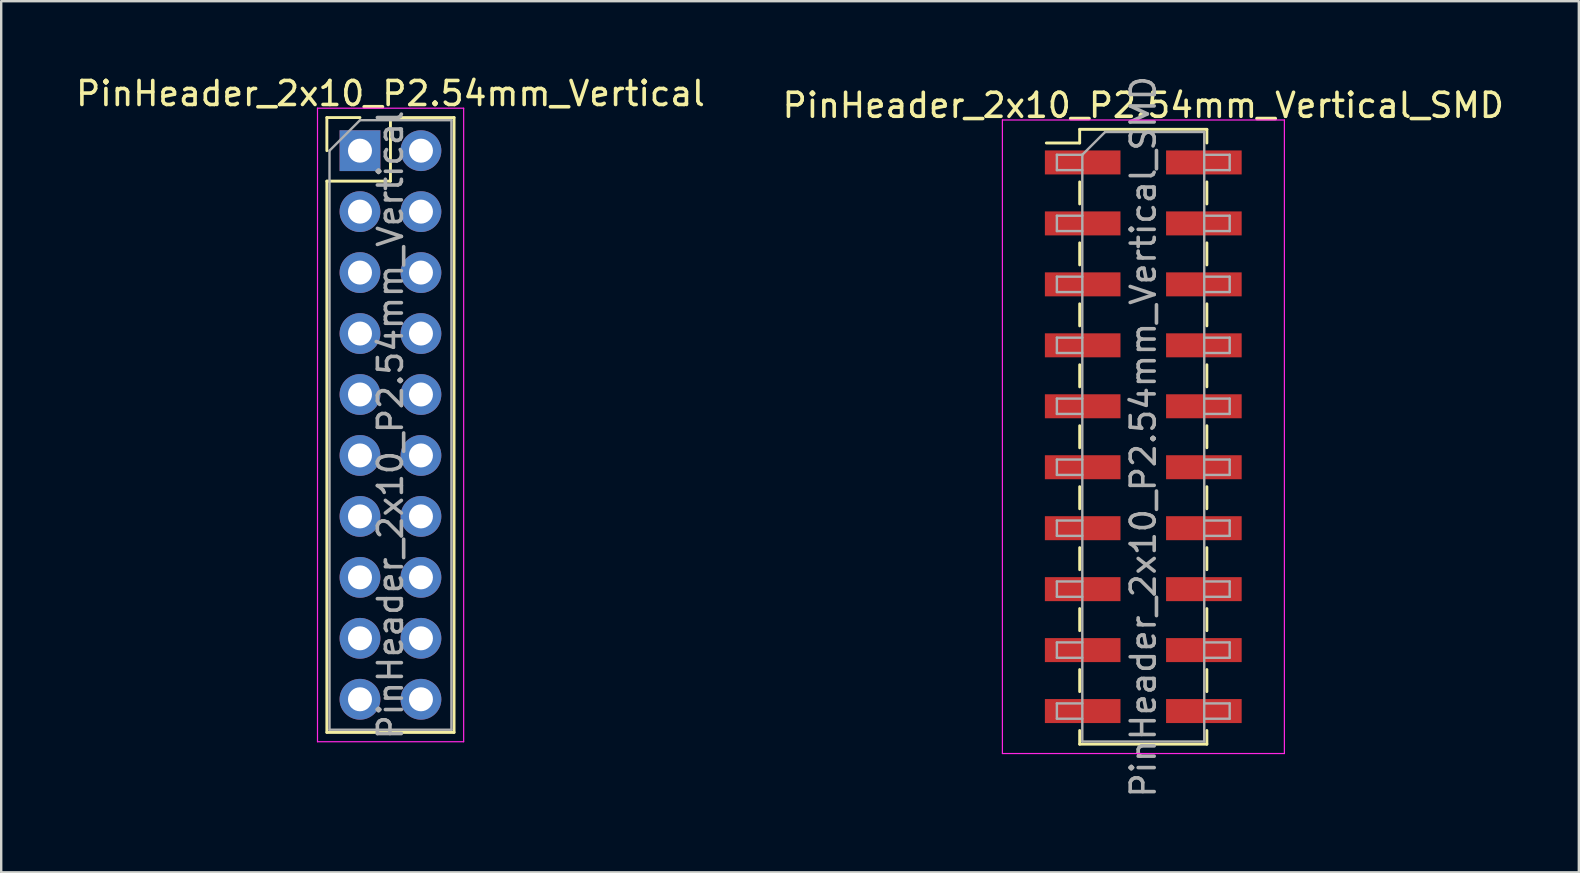
<source format=kicad_pcb>
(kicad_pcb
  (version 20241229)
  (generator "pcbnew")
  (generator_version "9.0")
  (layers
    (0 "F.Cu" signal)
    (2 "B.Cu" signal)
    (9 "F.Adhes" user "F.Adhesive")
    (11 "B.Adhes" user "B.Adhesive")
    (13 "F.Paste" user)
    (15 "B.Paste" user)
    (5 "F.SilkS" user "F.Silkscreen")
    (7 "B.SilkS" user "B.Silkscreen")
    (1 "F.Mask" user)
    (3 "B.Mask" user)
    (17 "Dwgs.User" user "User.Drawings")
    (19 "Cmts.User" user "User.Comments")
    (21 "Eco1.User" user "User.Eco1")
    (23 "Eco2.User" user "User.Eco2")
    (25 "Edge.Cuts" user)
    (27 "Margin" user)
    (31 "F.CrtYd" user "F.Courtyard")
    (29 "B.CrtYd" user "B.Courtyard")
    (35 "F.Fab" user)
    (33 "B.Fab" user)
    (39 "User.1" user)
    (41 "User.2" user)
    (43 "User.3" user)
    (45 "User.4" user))
  (footprint "PinHeader_2x10_P2.54mm_Vertical"
    (layer "F.Cu")
    (at 11.95 3.228)
    (property "Reference" "PinHeader_2x10_P2.54mm_Vertical" (at 1.27 -2.38 0) (layer "F.SilkS") (effects (font (size 1 1) (thickness 0.15))))
    (attr through_hole)
    (fp_line (start -1.38 -1.38) (end 0 -1.38) (stroke (width 0.12) (type solid)) (layer "F.SilkS"))
    (fp_line (start -1.38 0) (end -1.38 -1.38) (stroke (width 0.12) (type solid)) (layer "F.SilkS"))
    (fp_line (start -1.38 1.27) (end -1.38 24.24) (stroke (width 0.12) (type solid)) (layer "F.SilkS"))
    (fp_line (start -1.38 1.27) (end 1.27 1.27) (stroke (width 0.12) (type solid)) (layer "F.SilkS"))
    (fp_line (start -1.38 24.24) (end 3.92 24.24) (stroke (width 0.12) (type solid)) (layer "F.SilkS"))
    (fp_line (start 1.27 -1.38) (end 3.92 -1.38) (stroke (width 0.12) (type solid)) (layer "F.SilkS"))
    (fp_line (start 1.27 1.27) (end 1.27 -1.38) (stroke (width 0.12) (type solid)) (layer "F.SilkS"))
    (fp_line (start 3.92 -1.38) (end 3.92 24.24) (stroke (width 0.12) (type solid)) (layer "F.SilkS"))
    (fp_line (start -1.77 -1.77) (end -1.77 24.63) (stroke (width 0.05) (type solid)) (layer "F.CrtYd"))
    (fp_line (start -1.77 24.63) (end 4.32 24.63) (stroke (width 0.05) (type solid)) (layer "F.CrtYd"))
    (fp_line (start 4.32 -1.77) (end -1.77 -1.77) (stroke (width 0.05) (type solid)) (layer "F.CrtYd"))
    (fp_line (start 4.32 24.63) (end 4.32 -1.77) (stroke (width 0.05) (type solid)) (layer "F.CrtYd"))
    (fp_line (start -1.27 0) (end 0 -1.27) (stroke (width 0.1) (type solid)) (layer "F.Fab"))
    (fp_line (start -1.27 24.13) (end -1.27 0) (stroke (width 0.1) (type solid)) (layer "F.Fab"))
    (fp_line (start 0 -1.27) (end 3.81 -1.27) (stroke (width 0.1) (type solid)) (layer "F.Fab"))
    (fp_line (start 3.81 -1.27) (end 3.81 24.13) (stroke (width 0.1) (type solid)) (layer "F.Fab"))
    (fp_line (start 3.81 24.13) (end -1.27 24.13) (stroke (width 0.1) (type solid)) (layer "F.Fab"))
    (fp_text user "${REFERENCE}" (at 1.27 11.43 90) (layer "F.Fab") (effects (font (size 1 1) (thickness 0.15))))
    (pad "1" thru_hole rect (at 0 0) (size 1.7 1.7) (drill 1) (layers "*.Cu" "*.Mask"))
    (pad "2" thru_hole circle (at 2.54 0) (size 1.7 1.7) (drill 1) (layers "*.Cu" "*.Mask"))
    (pad "3" thru_hole circle (at 0 2.54) (size 1.7 1.7) (drill 1) (layers "*.Cu" "*.Mask"))
    (pad "4" thru_hole circle (at 2.54 2.54) (size 1.7 1.7) (drill 1) (layers "*.Cu" "*.Mask"))
    (pad "5" thru_hole circle (at 0 5.08) (size 1.7 1.7) (drill 1) (layers "*.Cu" "*.Mask"))
    (pad "6" thru_hole circle (at 2.54 5.08) (size 1.7 1.7) (drill 1) (layers "*.Cu" "*.Mask"))
    (pad "7" thru_hole circle (at 0 7.62) (size 1.7 1.7) (drill 1) (layers "*.Cu" "*.Mask"))
    (pad "8" thru_hole circle (at 2.54 7.62) (size 1.7 1.7) (drill 1) (layers "*.Cu" "*.Mask"))
    (pad "9" thru_hole circle (at 0 10.16) (size 1.7 1.7) (drill 1) (layers "*.Cu" "*.Mask"))
    (pad "10" thru_hole circle (at 2.54 10.16) (size 1.7 1.7) (drill 1) (layers "*.Cu" "*.Mask"))
    (pad "11" thru_hole circle (at 0 12.7) (size 1.7 1.7) (drill 1) (layers "*.Cu" "*.Mask"))
    (pad "12" thru_hole circle (at 2.54 12.7) (size 1.7 1.7) (drill 1) (layers "*.Cu" "*.Mask"))
    (pad "13" thru_hole circle (at 0 15.24) (size 1.7 1.7) (drill 1) (layers "*.Cu" "*.Mask"))
    (pad "14" thru_hole circle (at 2.54 15.24) (size 1.7 1.7) (drill 1) (layers "*.Cu" "*.Mask"))
    (pad "15" thru_hole circle (at 0 17.78) (size 1.7 1.7) (drill 1) (layers "*.Cu" "*.Mask"))
    (pad "16" thru_hole circle (at 2.54 17.78) (size 1.7 1.7) (drill 1) (layers "*.Cu" "*.Mask"))
    (pad "17" thru_hole circle (at 0 20.32) (size 1.7 1.7) (drill 1) (layers "*.Cu" "*.Mask"))
    (pad "18" thru_hole circle (at 2.54 20.32) (size 1.7 1.7) (drill 1) (layers "*.Cu" "*.Mask"))
    (pad "19" thru_hole circle (at 0 22.86) (size 1.7 1.7) (drill 1) (layers "*.Cu" "*.Mask"))
    (pad "20" thru_hole circle (at 2.54 22.86) (size 1.7 1.7) (drill 1) (layers "*.Cu" "*.Mask")))
  (footprint "PinHeader_2x10_P2.54mm_Vertical_SMD"
    (layer "F.Cu")
    (at 44.589 15.149)
    (property "Reference" "PinHeader_2x10_P2.54mm_Vertical_SMD" (at 0 -13.81 0) (layer "F.SilkS") (effects (font (size 1 1) (thickness 0.15))))
    (attr smd)
    (fp_line (start -4.04 -12.24) (end -2.65 -12.24) (stroke (width 0.12) (type solid)) (layer "F.SilkS"))
    (fp_line (start -2.65 -12.81) (end -2.65 -12.24) (stroke (width 0.12) (type solid)) (layer "F.SilkS"))
    (fp_line (start -2.65 -12.81) (end 2.65 -12.81) (stroke (width 0.12) (type solid)) (layer "F.SilkS"))
    (fp_line (start -2.65 -10.62) (end -2.65 -9.7) (stroke (width 0.12) (type solid)) (layer "F.SilkS"))
    (fp_line (start -2.65 -8.08) (end -2.65 -7.16) (stroke (width 0.12) (type solid)) (layer "F.SilkS"))
    (fp_line (start -2.65 -5.54) (end -2.65 -4.62) (stroke (width 0.12) (type solid)) (layer "F.SilkS"))
    (fp_line (start -2.65 -3) (end -2.65 -2.08) (stroke (width 0.12) (type solid)) (layer "F.SilkS"))
    (fp_line (start -2.65 -0.46) (end -2.65 0.46) (stroke (width 0.12) (type solid)) (layer "F.SilkS"))
    (fp_line (start -2.65 2.08) (end -2.65 3) (stroke (width 0.12) (type solid)) (layer "F.SilkS"))
    (fp_line (start -2.65 4.62) (end -2.65 5.54) (stroke (width 0.12) (type solid)) (layer "F.SilkS"))
    (fp_line (start -2.65 7.16) (end -2.65 8.08) (stroke (width 0.12) (type solid)) (layer "F.SilkS"))
    (fp_line (start -2.65 9.7) (end -2.65 10.62) (stroke (width 0.12) (type solid)) (layer "F.SilkS"))
    (fp_line (start -2.65 12.24) (end -2.65 12.81) (stroke (width 0.12) (type solid)) (layer "F.SilkS"))
    (fp_line (start -2.65 12.81) (end 2.65 12.81) (stroke (width 0.12) (type solid)) (layer "F.SilkS"))
    (fp_line (start 2.65 -12.81) (end 2.65 -12.24) (stroke (width 0.12) (type solid)) (layer "F.SilkS"))
    (fp_line (start 2.65 -10.62) (end 2.65 -9.7) (stroke (width 0.12) (type solid)) (layer "F.SilkS"))
    (fp_line (start 2.65 -8.08) (end 2.65 -7.16) (stroke (width 0.12) (type solid)) (layer "F.SilkS"))
    (fp_line (start 2.65 -5.54) (end 2.65 -4.62) (stroke (width 0.12) (type solid)) (layer "F.SilkS"))
    (fp_line (start 2.65 -3) (end 2.65 -2.08) (stroke (width 0.12) (type solid)) (layer "F.SilkS"))
    (fp_line (start 2.65 -0.46) (end 2.65 0.46) (stroke (width 0.12) (type solid)) (layer "F.SilkS"))
    (fp_line (start 2.65 2.08) (end 2.65 3) (stroke (width 0.12) (type solid)) (layer "F.SilkS"))
    (fp_line (start 2.65 4.62) (end 2.65 5.54) (stroke (width 0.12) (type solid)) (layer "F.SilkS"))
    (fp_line (start 2.65 7.16) (end 2.65 8.08) (stroke (width 0.12) (type solid)) (layer "F.SilkS"))
    (fp_line (start 2.65 9.7) (end 2.65 10.62) (stroke (width 0.12) (type solid)) (layer "F.SilkS"))
    (fp_line (start 2.65 12.24) (end 2.65 12.81) (stroke (width 0.12) (type solid)) (layer "F.SilkS"))
    (fp_line (start -5.87 -13.2) (end -5.87 13.2) (stroke (width 0.05) (type solid)) (layer "F.CrtYd"))
    (fp_line (start -5.87 13.2) (end 5.88 13.2) (stroke (width 0.05) (type solid)) (layer "F.CrtYd"))
    (fp_line (start 5.88 -13.2) (end -5.87 -13.2) (stroke (width 0.05) (type solid)) (layer "F.CrtYd"))
    (fp_line (start 5.88 13.2) (end 5.88 -13.2) (stroke (width 0.05) (type solid)) (layer "F.CrtYd"))
    (fp_line (start -3.6 -11.75) (end -3.6 -11.11) (stroke (width 0.1) (type solid)) (layer "F.Fab"))
    (fp_line (start -3.6 -11.11) (end -2.54 -11.11) (stroke (width 0.1) (type solid)) (layer "F.Fab"))
    (fp_line (start -3.6 -9.21) (end -3.6 -8.57) (stroke (width 0.1) (type solid)) (layer "F.Fab"))
    (fp_line (start -3.6 -8.57) (end -2.54 -8.57) (stroke (width 0.1) (type solid)) (layer "F.Fab"))
    (fp_line (start -3.6 -6.67) (end -3.6 -6.03) (stroke (width 0.1) (type solid)) (layer "F.Fab"))
    (fp_line (start -3.6 -6.03) (end -2.54 -6.03) (stroke (width 0.1) (type solid)) (layer "F.Fab"))
    (fp_line (start -3.6 -4.13) (end -3.6 -3.49) (stroke (width 0.1) (type solid)) (layer "F.Fab"))
    (fp_line (start -3.6 -3.49) (end -2.54 -3.49) (stroke (width 0.1) (type solid)) (layer "F.Fab"))
    (fp_line (start -3.6 -1.59) (end -3.6 -0.95) (stroke (width 0.1) (type solid)) (layer "F.Fab"))
    (fp_line (start -3.6 -0.95) (end -2.54 -0.95) (stroke (width 0.1) (type solid)) (layer "F.Fab"))
    (fp_line (start -3.6 0.95) (end -3.6 1.59) (stroke (width 0.1) (type solid)) (layer "F.Fab"))
    (fp_line (start -3.6 1.59) (end -2.54 1.59) (stroke (width 0.1) (type solid)) (layer "F.Fab"))
    (fp_line (start -3.6 3.49) (end -3.6 4.13) (stroke (width 0.1) (type solid)) (layer "F.Fab"))
    (fp_line (start -3.6 4.13) (end -2.54 4.13) (stroke (width 0.1) (type solid)) (layer "F.Fab"))
    (fp_line (start -3.6 6.03) (end -3.6 6.67) (stroke (width 0.1) (type solid)) (layer "F.Fab"))
    (fp_line (start -3.6 6.67) (end -2.54 6.67) (stroke (width 0.1) (type solid)) (layer "F.Fab"))
    (fp_line (start -3.6 8.57) (end -3.6 9.21) (stroke (width 0.1) (type solid)) (layer "F.Fab"))
    (fp_line (start -3.6 9.21) (end -2.54 9.21) (stroke (width 0.1) (type solid)) (layer "F.Fab"))
    (fp_line (start -3.6 11.11) (end -3.6 11.75) (stroke (width 0.1) (type solid)) (layer "F.Fab"))
    (fp_line (start -3.6 11.75) (end -2.54 11.75) (stroke (width 0.1) (type solid)) (layer "F.Fab"))
    (fp_line (start -2.54 -11.75) (end -3.6 -11.75) (stroke (width 0.1) (type solid)) (layer "F.Fab"))
    (fp_line (start -2.54 -11.75) (end -1.59 -12.7) (stroke (width 0.1) (type solid)) (layer "F.Fab"))
    (fp_line (start -2.54 -9.21) (end -3.6 -9.21) (stroke (width 0.1) (type solid)) (layer "F.Fab"))
    (fp_line (start -2.54 -6.67) (end -3.6 -6.67) (stroke (width 0.1) (type solid)) (layer "F.Fab"))
    (fp_line (start -2.54 -4.13) (end -3.6 -4.13) (stroke (width 0.1) (type solid)) (layer "F.Fab"))
    (fp_line (start -2.54 -1.59) (end -3.6 -1.59) (stroke (width 0.1) (type solid)) (layer "F.Fab"))
    (fp_line (start -2.54 0.95) (end -3.6 0.95) (stroke (width 0.1) (type solid)) (layer "F.Fab"))
    (fp_line (start -2.54 3.49) (end -3.6 3.49) (stroke (width 0.1) (type solid)) (layer "F.Fab"))
    (fp_line (start -2.54 6.03) (end -3.6 6.03) (stroke (width 0.1) (type solid)) (layer "F.Fab"))
    (fp_line (start -2.54 8.57) (end -3.6 8.57) (stroke (width 0.1) (type solid)) (layer "F.Fab"))
    (fp_line (start -2.54 11.11) (end -3.6 11.11) (stroke (width 0.1) (type solid)) (layer "F.Fab"))
    (fp_line (start -2.54 12.7) (end -2.54 -11.75) (stroke (width 0.1) (type solid)) (layer "F.Fab"))
    (fp_line (start -1.59 -12.7) (end 2.54 -12.7) (stroke (width 0.1) (type solid)) (layer "F.Fab"))
    (fp_line (start 2.54 -12.7) (end 2.54 12.7) (stroke (width 0.1) (type solid)) (layer "F.Fab"))
    (fp_line (start 2.54 -11.75) (end 3.6 -11.75) (stroke (width 0.1) (type solid)) (layer "F.Fab"))
    (fp_line (start 2.54 -9.21) (end 3.6 -9.21) (stroke (width 0.1) (type solid)) (layer "F.Fab"))
    (fp_line (start 2.54 -6.67) (end 3.6 -6.67) (stroke (width 0.1) (type solid)) (layer "F.Fab"))
    (fp_line (start 2.54 -4.13) (end 3.6 -4.13) (stroke (width 0.1) (type solid)) (layer "F.Fab"))
    (fp_line (start 2.54 -1.59) (end 3.6 -1.59) (stroke (width 0.1) (type solid)) (layer "F.Fab"))
    (fp_line (start 2.54 0.95) (end 3.6 0.95) (stroke (width 0.1) (type solid)) (layer "F.Fab"))
    (fp_line (start 2.54 3.49) (end 3.6 3.49) (stroke (width 0.1) (type solid)) (layer "F.Fab"))
    (fp_line (start 2.54 6.03) (end 3.6 6.03) (stroke (width 0.1) (type solid)) (layer "F.Fab"))
    (fp_line (start 2.54 8.57) (end 3.6 8.57) (stroke (width 0.1) (type solid)) (layer "F.Fab"))
    (fp_line (start 2.54 11.11) (end 3.6 11.11) (stroke (width 0.1) (type solid)) (layer "F.Fab"))
    (fp_line (start 2.54 12.7) (end -2.54 12.7) (stroke (width 0.1) (type solid)) (layer "F.Fab"))
    (fp_line (start 3.6 -11.75) (end 3.6 -11.11) (stroke (width 0.1) (type solid)) (layer "F.Fab"))
    (fp_line (start 3.6 -11.11) (end 2.54 -11.11) (stroke (width 0.1) (type solid)) (layer "F.Fab"))
    (fp_line (start 3.6 -9.21) (end 3.6 -8.57) (stroke (width 0.1) (type solid)) (layer "F.Fab"))
    (fp_line (start 3.6 -8.57) (end 2.54 -8.57) (stroke (width 0.1) (type solid)) (layer "F.Fab"))
    (fp_line (start 3.6 -6.67) (end 3.6 -6.03) (stroke (width 0.1) (type solid)) (layer "F.Fab"))
    (fp_line (start 3.6 -6.03) (end 2.54 -6.03) (stroke (width 0.1) (type solid)) (layer "F.Fab"))
    (fp_line (start 3.6 -4.13) (end 3.6 -3.49) (stroke (width 0.1) (type solid)) (layer "F.Fab"))
    (fp_line (start 3.6 -3.49) (end 2.54 -3.49) (stroke (width 0.1) (type solid)) (layer "F.Fab"))
    (fp_line (start 3.6 -1.59) (end 3.6 -0.95) (stroke (width 0.1) (type solid)) (layer "F.Fab"))
    (fp_line (start 3.6 -0.95) (end 2.54 -0.95) (stroke (width 0.1) (type solid)) (layer "F.Fab"))
    (fp_line (start 3.6 0.95) (end 3.6 1.59) (stroke (width 0.1) (type solid)) (layer "F.Fab"))
    (fp_line (start 3.6 1.59) (end 2.54 1.59) (stroke (width 0.1) (type solid)) (layer "F.Fab"))
    (fp_line (start 3.6 3.49) (end 3.6 4.13) (stroke (width 0.1) (type solid)) (layer "F.Fab"))
    (fp_line (start 3.6 4.13) (end 2.54 4.13) (stroke (width 0.1) (type solid)) (layer "F.Fab"))
    (fp_line (start 3.6 6.03) (end 3.6 6.67) (stroke (width 0.1) (type solid)) (layer "F.Fab"))
    (fp_line (start 3.6 6.67) (end 2.54 6.67) (stroke (width 0.1) (type solid)) (layer "F.Fab"))
    (fp_line (start 3.6 8.57) (end 3.6 9.21) (stroke (width 0.1) (type solid)) (layer "F.Fab"))
    (fp_line (start 3.6 9.21) (end 2.54 9.21) (stroke (width 0.1) (type solid)) (layer "F.Fab"))
    (fp_line (start 3.6 11.11) (end 3.6 11.75) (stroke (width 0.1) (type solid)) (layer "F.Fab"))
    (fp_line (start 3.6 11.75) (end 2.54 11.75) (stroke (width 0.1) (type solid)) (layer "F.Fab"))
    (fp_text user "${REFERENCE}" (at 0 0 90) (layer "F.Fab") (effects (font (size 1 1) (thickness 0.15))))
    (pad "1" smd rect (at -2.525 -11.43) (size 3.15 1) (layers "F.Cu" "F.Mask" "F.Paste"))
    (pad "2" smd rect (at 2.525 -11.43) (size 3.15 1) (layers "F.Cu" "F.Mask" "F.Paste"))
    (pad "3" smd rect (at -2.525 -8.89) (size 3.15 1) (layers "F.Cu" "F.Mask" "F.Paste"))
    (pad "4" smd rect (at 2.525 -8.89) (size 3.15 1) (layers "F.Cu" "F.Mask" "F.Paste"))
    (pad "5" smd rect (at -2.525 -6.35) (size 3.15 1) (layers "F.Cu" "F.Mask" "F.Paste"))
    (pad "6" smd rect (at 2.525 -6.35) (size 3.15 1) (layers "F.Cu" "F.Mask" "F.Paste"))
    (pad "7" smd rect (at -2.525 -3.81) (size 3.15 1) (layers "F.Cu" "F.Mask" "F.Paste"))
    (pad "8" smd rect (at 2.525 -3.81) (size 3.15 1) (layers "F.Cu" "F.Mask" "F.Paste"))
    (pad "9" smd rect (at -2.525 -1.27) (size 3.15 1) (layers "F.Cu" "F.Mask" "F.Paste"))
    (pad "10" smd rect (at 2.525 -1.27) (size 3.15 1) (layers "F.Cu" "F.Mask" "F.Paste"))
    (pad "11" smd rect (at -2.525 1.27) (size 3.15 1) (layers "F.Cu" "F.Mask" "F.Paste"))
    (pad "12" smd rect (at 2.525 1.27) (size 3.15 1) (layers "F.Cu" "F.Mask" "F.Paste"))
    (pad "13" smd rect (at -2.525 3.81) (size 3.15 1) (layers "F.Cu" "F.Mask" "F.Paste"))
    (pad "14" smd rect (at 2.525 3.81) (size 3.15 1) (layers "F.Cu" "F.Mask" "F.Paste"))
    (pad "15" smd rect (at -2.525 6.35) (size 3.15 1) (layers "F.Cu" "F.Mask" "F.Paste"))
    (pad "16" smd rect (at 2.525 6.35) (size 3.15 1) (layers "F.Cu" "F.Mask" "F.Paste"))
    (pad "17" smd rect (at -2.525 8.89) (size 3.15 1) (layers "F.Cu" "F.Mask" "F.Paste"))
    (pad "18" smd rect (at 2.525 8.89) (size 3.15 1) (layers "F.Cu" "F.Mask" "F.Paste"))
    (pad "19" smd rect (at -2.525 11.43) (size 3.15 1) (layers "F.Cu" "F.Mask" "F.Paste"))
    (pad "20" smd rect (at 2.525 11.43) (size 3.15 1) (layers "F.Cu" "F.Mask" "F.Paste")))
  (gr_rect
    (start -3 -3)
    (end 62.738 33.298)
    (stroke (width 0.1) (type default))
    (fill no)
    (layer "Edge.Cuts")))
</source>
